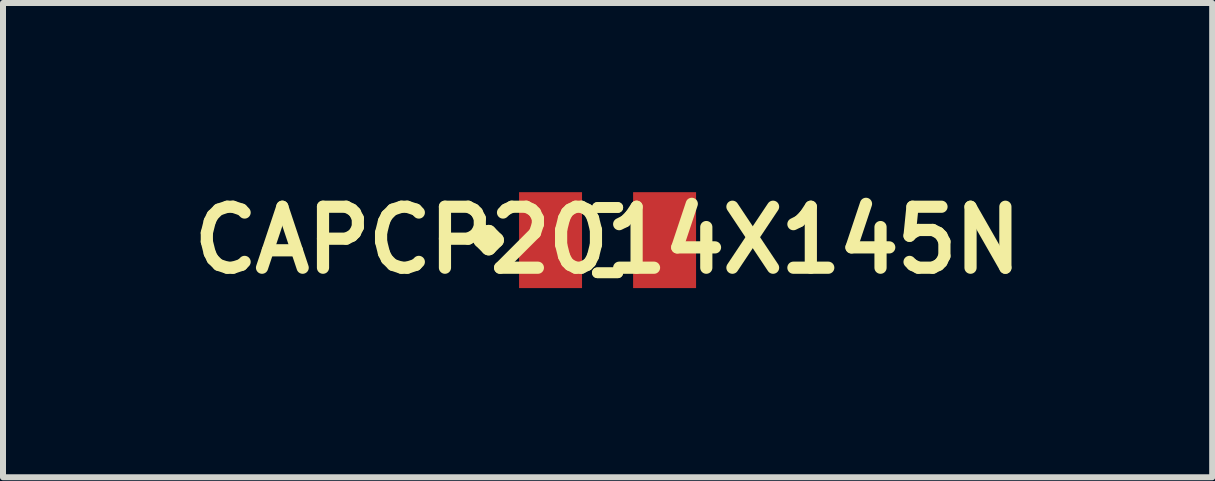
<source format=kicad_pcb>
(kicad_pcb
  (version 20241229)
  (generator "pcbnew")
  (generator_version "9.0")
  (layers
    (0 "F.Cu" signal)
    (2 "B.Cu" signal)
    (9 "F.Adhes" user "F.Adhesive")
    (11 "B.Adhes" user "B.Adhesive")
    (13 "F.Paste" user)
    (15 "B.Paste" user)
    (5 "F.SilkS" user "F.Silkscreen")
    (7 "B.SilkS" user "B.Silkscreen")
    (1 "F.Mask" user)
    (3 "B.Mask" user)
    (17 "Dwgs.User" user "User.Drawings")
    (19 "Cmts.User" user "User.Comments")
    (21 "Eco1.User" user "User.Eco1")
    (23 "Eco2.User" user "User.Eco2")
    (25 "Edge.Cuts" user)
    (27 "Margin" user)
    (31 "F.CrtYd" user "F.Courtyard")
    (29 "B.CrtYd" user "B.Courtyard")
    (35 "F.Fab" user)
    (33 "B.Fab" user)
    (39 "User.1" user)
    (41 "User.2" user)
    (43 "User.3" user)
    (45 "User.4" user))
  (footprint "CAPCP2014X145N"
    (layer "F.Cu")
    (at 7.073 0.951)
    (property "Reference" "CAPCP2014X145N" (at 0 0 0) (layer "F.SilkS") (effects (font (size 1.016 1.016) (thickness 0.203))))
    (attr smd)
    (fp_line (start -2.108 0) (end -1.981 -0.127) (stroke (width 0.254) (type solid)) (layer "F.SilkS"))
    (fp_line (start -1.981 -0.127) (end -1.854 0) (stroke (width 0.254) (type solid)) (layer "F.SilkS"))
    (fp_line (start -1.981 0.127) (end -2.108 0) (stroke (width 0.254) (type solid)) (layer "F.SilkS"))
    (fp_line (start -1.854 0) (end -1.981 0.127) (stroke (width 0.254) (type solid)) (layer "F.SilkS"))
    (fp_line (start -0.17 -0.544) (end 0.17 -0.544) (stroke (width 0.178) (type solid)) (layer "F.SilkS"))
    (fp_line (start -0.17 0.544) (end 0.17 0.544) (stroke (width 0.178) (type solid)) (layer "F.SilkS"))
    (fp_line (start 0.17 -0.544) (end -0.17 -0.544) (stroke (width 0.178) (type solid)) (layer "F.SilkS"))
    (fp_line (start 0.17 0.544) (end -0.17 0.544) (stroke (width 0.178) (type solid)) (layer "F.SilkS"))
    (pad "1" smd rect (at -0.95 0) (size 1.049 1.598) (layers "F.Cu" "F.Mask" "F.Paste"))
    (pad "2" smd rect (at 0.95 0) (size 1.049 1.598) (layers "F.Cu" "F.Mask" "F.Paste")))
  (gr_rect
    (start -3 -3)
    (end 17.147 4.902)
    (stroke (width 0.1) (type default))
    (fill no)
    (layer "Edge.Cuts")))
</source>
